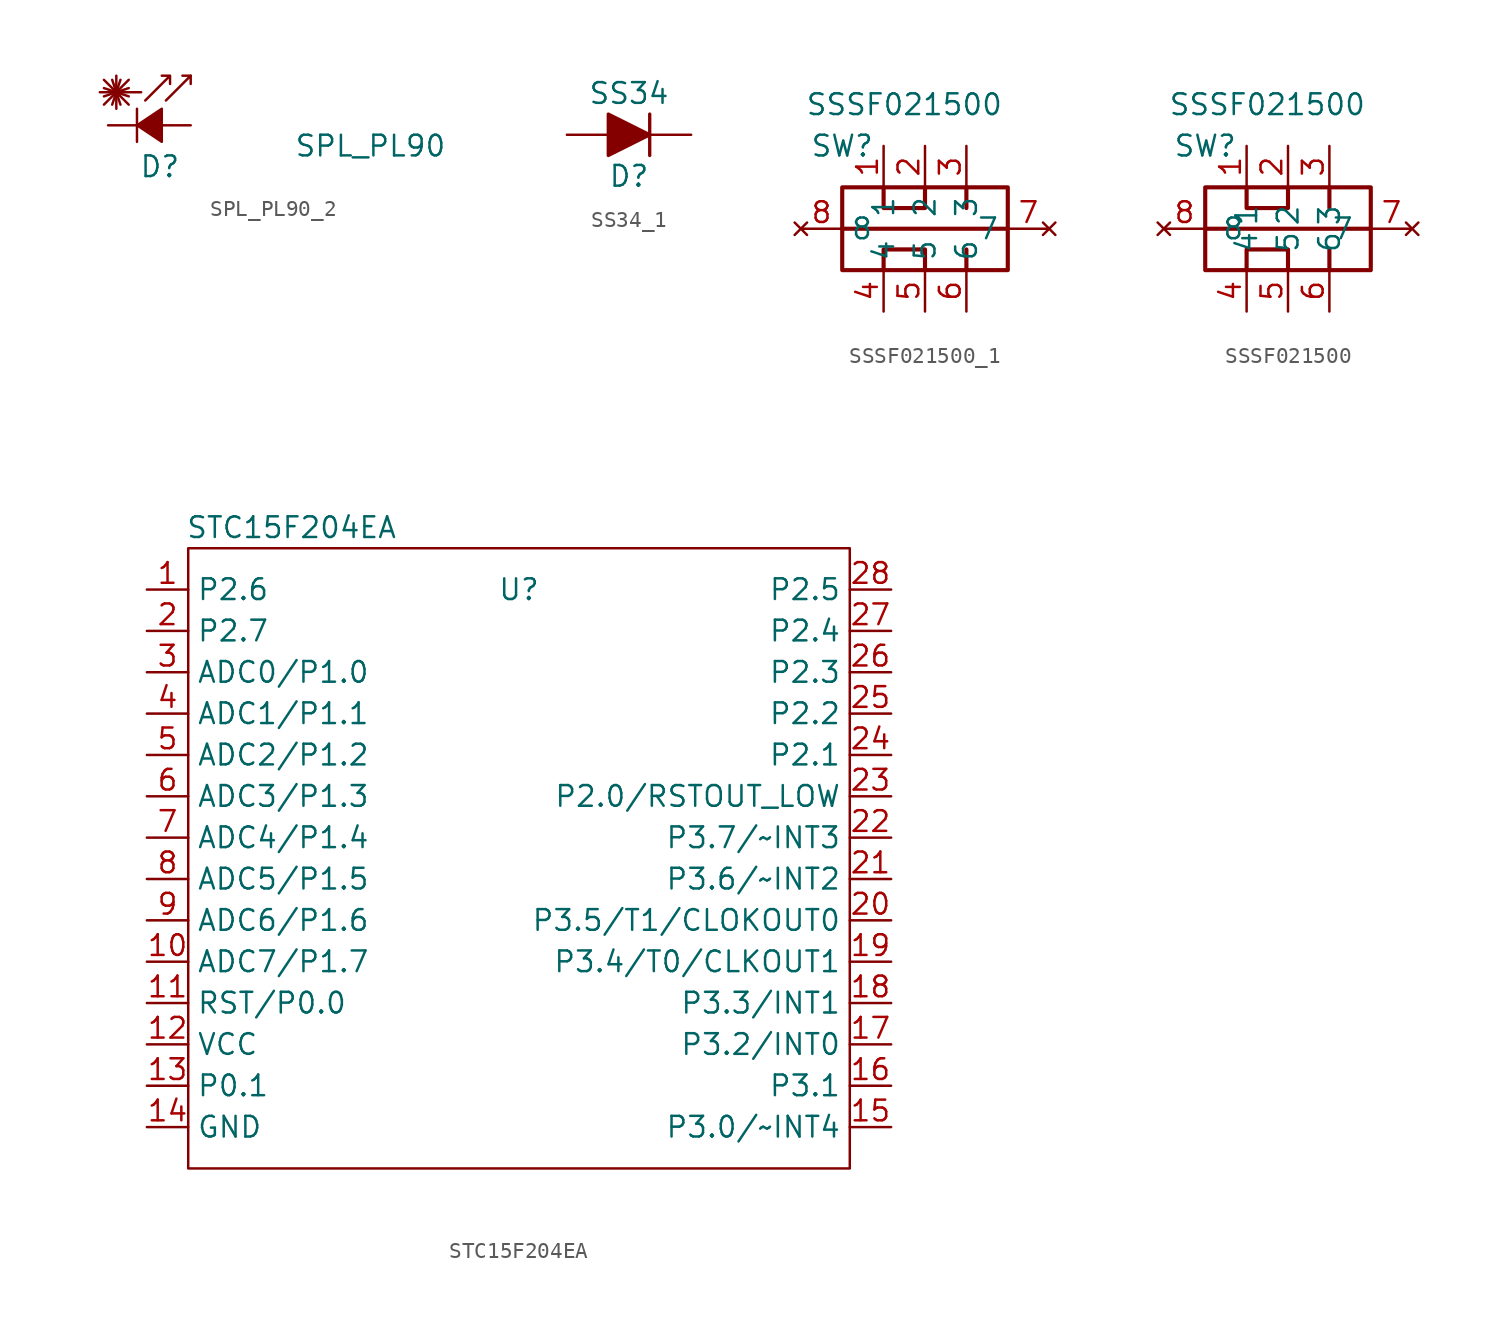
<source format=kicad_sym>
(kicad_symbol_lib
  (version 20231120)
  (generator "kicad_symbol_editor")
  (generator_version "8.0")
  (symbol "SPL_PL90_2"
    (pin_numbers hide)
    (pin_names
      (offset 0.254) hide)
    (property "Reference" "D"
      (at -0.635 -2.54 0)
      (effects (font (size 1.27 1.27)) (justify left)))
    (property "Value" "SPL_PL90"
      (at 8.89 -1.27 0)
      (effects (font (size 1.27 1.27)) (justify left)))
    (symbol "SPL_PL90_2_0_1"
      (polyline (pts (xy -0.762 -1.016) (xy -0.762 1.016)) (stroke (width 0) (type default)) (fill (type none)))
      (polyline (pts (xy -0.762 0) (xy 0.762 0)) (stroke (width 0) (type default)) (fill (type none)))
      (polyline (pts (xy 0.762 -1.016) (xy -0.762 0) (xy 0.762 1.016) (xy 0.762 -1.016)) (stroke (width 0) (type default)) (fill (type outline))))
    (symbol "SPL_PL90_2_1_1"
      (polyline (pts (xy -2.794 1.27) (xy -1.27 2.794)) (stroke (width 0) (type default)) (fill (type none)))
      (polyline (pts (xy -2.794 1.778) (xy -1.27 2.286)) (stroke (width 0) (type default)) (fill (type none)))
      (polyline (pts (xy -2.794 2.286) (xy -1.27 1.778)) (stroke (width 0) (type default)) (fill (type none)))
      (polyline (pts (xy -2.794 2.794) (xy -1.27 1.27)) (stroke (width 0) (type default)) (fill (type none)))
      (polyline (pts (xy -2.286 2.794) (xy -1.778 1.27)) (stroke (width 0) (type default)) (fill (type none)))
      (polyline (pts (xy -2.032 2.032) (xy -2.032 1.016)) (stroke (width 0) (type default)) (fill (type none)))
      (polyline (pts (xy -2.032 2.032) (xy -2.032 3.048)) (stroke (width 0) (type default)) (fill (type none)))
      (polyline (pts (xy -1.778 2.794) (xy -2.286 1.27)) (stroke (width 0) (type default)) (fill (type none)))
      (polyline (pts (xy -0.508 2.032) (xy -3.048 2.032)) (stroke (width 0) (type default)) (fill (type none)))
      (polyline (pts (xy 2.54 3.048) (xy 2.032 3.048)) (stroke (width 0) (type default)) (fill (type none)))
      (polyline (pts (xy 1.016 1.524) (xy 2.54 3.048) (xy 2.54 2.54)) (stroke (width 0) (type default)) (fill (type none)))
      (polyline (pts (xy -0.254 1.524) (xy 1.27 3.048) (xy 1.27 2.54) (xy 1.27 3.048) (xy 0.762 3.048)) (stroke (width 0) (type default)) (fill (type none)))
      (pin passive line (at -2.54 0 0) (length 1.778) (name "K" (effects (font (size 1.27 1.27)))) (number "1" (effects (font (size 1.27 1.27)))))
      (pin passive line (at 2.54 0 180) (length 1.778) (name "A" (effects (font (size 1.27 1.27)))) (number "2" (effects (font (size 1.27 1.27)))))))
  (symbol "SS34_1"
    (pin_numbers hide)
    (pin_names hide)
    (property "Reference" "D"
      (at 0 -2.54 0)
      (effects (font (size 1.27 1.27))))
    (property "Value" "SS34"
      (at 0 2.54 0)
      (effects (font (size 1.27 1.27))))
    (symbol "SS34_1_0_1"
      (polyline (pts (xy -1.27 0) (xy 1.27 0)) (stroke (width 0) (type default)) (fill (type none)))
      (polyline (pts (xy 1.27 -1.27) (xy 1.27 1.27)) (stroke (width 0.203) (type default)) (fill (type none)))
      (polyline (pts (xy -1.27 -1.27) (xy -1.27 1.27) (xy 1.27 0) (xy -1.27 -1.27)) (stroke (width 0.203) (type default)) (fill (type outline))))
    (symbol "SS34_1_1_1"
      (pin passive line (at 3.81 0 180) (length 2.54) (name "K" (effects (font (size 1.27 1.27)))) (number "1" (effects (font (size 1.27 1.27)))))
      (pin passive line (at -3.81 0 0) (length 2.54) (name "A" (effects (font (size 1.27 1.27)))) (number "2" (effects (font (size 1.27 1.27)))))))
  (symbol "SSSF021500_1"
    (property "Reference" "SW"
      (at -5.08 5.08 0)
      (effects (font (size 1.27 1.27))))
    (property "Value" "SSSF021500"
      (at -1.27 7.62 0)
      (effects (font (size 1.27 1.27))))
    (symbol "SSSF021500_1_0_1"
      (rectangle (start -5.08 2.54) (end 5.08 -2.54) (stroke (width 0.254) (type default)) (fill (type none)))
      (polyline (pts (xy -5.08 0) (xy 5.08 0)) (stroke (width 0.254) (type default)) (fill (type none)))
      (polyline (pts (xy 2.54 -2.54) (xy 2.54 -1.27)) (stroke (width 0.254) (type default)) (fill (type none)))
      (polyline (pts (xy 2.54 2.54) (xy 2.54 1.27)) (stroke (width 0.254) (type default)) (fill (type none)))
      (polyline (pts (xy -2.54 -2.54) (xy -2.54 -1.27) (xy 0 -1.27) (xy 0 -2.54)) (stroke (width 0.254) (type default)) (fill (type none)))
      (polyline (pts (xy -2.54 2.54) (xy -2.54 1.27) (xy 0 1.27) (xy 0 2.54)) (stroke (width 0.254) (type default)) (fill (type none))))
    (symbol "SSSF021500_1_1_1"
      (pin input line (at -2.54 5.08 270) (length 2.54) (name "1" (effects (font (size 1.27 1.27)))) (number "1" (effects (font (size 1.27 1.27)))))
      (pin input line (at 0 5.08 270) (length 2.54) (name "2" (effects (font (size 1.27 1.27)))) (number "2" (effects (font (size 1.27 1.27)))))
      (pin input line (at 2.54 5.08 270) (length 2.54) (name "3" (effects (font (size 1.27 1.27)))) (number "3" (effects (font (size 1.27 1.27)))))
      (pin input line (at -2.54 -5.08 90) (length 2.54) (name "4" (effects (font (size 1.27 1.27)))) (number "4" (effects (font (size 1.27 1.27)))))
      (pin input line (at 0 -5.08 90) (length 2.54) (name "5" (effects (font (size 1.27 1.27)))) (number "5" (effects (font (size 1.27 1.27)))))
      (pin input line (at 2.54 -5.08 90) (length 2.54) (name "6" (effects (font (size 1.27 1.27)))) (number "6" (effects (font (size 1.27 1.27)))))
      (pin no_connect line (at 7.62 0 180) (length 2.54) (name "7" (effects (font (size 1.27 1.27)))) (number "7" (effects (font (size 1.27 1.27)))))
      (pin no_connect line (at -7.62 0 0) (length 2.54) (name "8" (effects (font (size 1.27 1.27)))) (number "8" (effects (font (size 1.27 1.27)))))))
  (symbol "SSSF021500"
    (pin_names
      (offset 1.016))
    (property "Reference" "SW"
      (at -5.08 5.08 0)
      (effects (font (size 1.27 1.27))))
    (property "Value" "SSSF021500"
      (at -1.27 7.62 0)
      (effects (font (size 1.27 1.27))))
    (symbol "SSSF021500_0_1"
      (rectangle (start -5.08 2.54) (end 5.08 -2.54) (stroke (width 0.254) (type solid)) (fill (type none)))
      (polyline (pts (xy -5.08 0) (xy 5.08 0)) (stroke (width 0.254) (type solid)) (fill (type none)))
      (polyline (pts (xy 2.54 -2.54) (xy 2.54 -1.27)) (stroke (width 0.254) (type solid)) (fill (type none)))
      (polyline (pts (xy 2.54 2.54) (xy 2.54 1.27)) (stroke (width 0.254) (type solid)) (fill (type none)))
      (polyline (pts (xy -2.54 -2.54) (xy -2.54 -1.27) (xy 0 -1.27) (xy 0 -2.54)) (stroke (width 0.254) (type solid)) (fill (type none)))
      (polyline (pts (xy -2.54 2.54) (xy -2.54 1.27) (xy 0 1.27) (xy 0 2.54)) (stroke (width 0.254) (type solid)) (fill (type none))))
    (symbol "SSSF021500_1_1"
      (pin input line (at -2.54 5.08 270) (length 2.54) (name "1" (effects (font (size 1.27 1.27)))) (number "1" (effects (font (size 1.27 1.27)))))
      (pin input line (at 0 5.08 270) (length 2.54) (name "2" (effects (font (size 1.27 1.27)))) (number "2" (effects (font (size 1.27 1.27)))))
      (pin input line (at 2.54 5.08 270) (length 2.54) (name "3" (effects (font (size 1.27 1.27)))) (number "3" (effects (font (size 1.27 1.27)))))
      (pin input line (at -2.54 -5.08 90) (length 2.54) (name "4" (effects (font (size 1.27 1.27)))) (number "4" (effects (font (size 1.27 1.27)))))
      (pin input line (at 0 -5.08 90) (length 2.54) (name "5" (effects (font (size 1.27 1.27)))) (number "5" (effects (font (size 1.27 1.27)))))
      (pin input line (at 2.54 -5.08 90) (length 2.54) (name "6" (effects (font (size 1.27 1.27)))) (number "6" (effects (font (size 1.27 1.27)))))
      (pin no_connect line (at 7.62 0 180) (length 2.54) (name "7" (effects (font (size 1.27 1.27)))) (number "7" (effects (font (size 1.27 1.27)))))
      (pin no_connect line (at -7.62 0 0) (length 2.54) (name "8" (effects (font (size 1.27 1.27)))) (number "8" (effects (font (size 1.27 1.27)))))))
  (symbol "STC15F204EA"
    (property "Reference" "U"
      (at 0 0 0)
      (effects (font (size 1.27 1.27))))
    (property "Value" "STC15F204EA"
      (at -13.97 3.81 0)
      (effects (font (size 1.27 1.27))))
    (symbol "STC15F204EA_0_1"
      (rectangle (start -20.32 2.54) (end 20.32 -35.56) (stroke (width 0.152) (type default)) (fill (type none))))
    (symbol "STC15F204EA_1_1"
      (pin bidirectional line (at -22.86 0 0) (length 2.54) (name "P2.6" (effects (font (size 1.27 1.27)))) (number "1" (effects (font (size 1.27 1.27)))))
      (pin bidirectional line (at -22.86 -22.86 0) (length 2.54) (name "ADC7/P1.7" (effects (font (size 1.27 1.27)))) (number "10" (effects (font (size 1.27 1.27)))))
      (pin bidirectional line (at -22.86 -25.4 0) (length 2.54) (name "RST/P0.0" (effects (font (size 1.27 1.27)))) (number "11" (effects (font (size 1.27 1.27)))))
      (pin power_in line (at -22.86 -27.94 0) (length 2.54) (name "VCC" (effects (font (size 1.27 1.27)))) (number "12" (effects (font (size 1.27 1.27)))))
      (pin bidirectional line (at -22.86 -30.48 0) (length 2.54) (name "P0.1" (effects (font (size 1.27 1.27)))) (number "13" (effects (font (size 1.27 1.27)))))
      (pin power_in line (at -22.86 -33.02 0) (length 2.54) (name "GND" (effects (font (size 1.27 1.27)))) (number "14" (effects (font (size 1.27 1.27)))))
      (pin bidirectional line (at 22.86 -33.02 180) (length 2.54) (name "P3.0/~INT4" (effects (font (size 1.27 1.27)))) (number "15" (effects (font (size 1.27 1.27)))))
      (pin bidirectional line (at 22.86 -30.48 180) (length 2.54) (name "P3.1" (effects (font (size 1.27 1.27)))) (number "16" (effects (font (size 1.27 1.27)))))
      (pin bidirectional line (at 22.86 -27.94 180) (length 2.54) (name "P3.2/INT0" (effects (font (size 1.27 1.27)))) (number "17" (effects (font (size 1.27 1.27)))))
      (pin bidirectional line (at 22.86 -25.4 180) (length 2.54) (name "P3.3/INT1" (effects (font (size 1.27 1.27)))) (number "18" (effects (font (size 1.27 1.27)))))
      (pin bidirectional line (at 22.86 -22.86 180) (length 2.54) (name "P3.4/T0/CLKOUT1" (effects (font (size 1.27 1.27)))) (number "19" (effects (font (size 1.27 1.27)))))
      (pin bidirectional line (at -22.86 -2.54 0) (length 2.54) (name "P2.7" (effects (font (size 1.27 1.27)))) (number "2" (effects (font (size 1.27 1.27)))))
      (pin bidirectional line (at 22.86 -20.32 180) (length 2.54) (name "P3.5/T1/CLOKOUT0" (effects (font (size 1.27 1.27)))) (number "20" (effects (font (size 1.27 1.27)))))
      (pin bidirectional line (at 22.86 -17.78 180) (length 2.54) (name "P3.6/~INT2" (effects (font (size 1.27 1.27)))) (number "21" (effects (font (size 1.27 1.27)))))
      (pin bidirectional line (at 22.86 -15.24 180) (length 2.54) (name "P3.7/~INT3" (effects (font (size 1.27 1.27)))) (number "22" (effects (font (size 1.27 1.27)))))
      (pin bidirectional line (at 22.86 -12.7 180) (length 2.54) (name "P2.0/RSTOUT_LOW" (effects (font (size 1.27 1.27)))) (number "23" (effects (font (size 1.27 1.27)))))
      (pin bidirectional line (at 22.86 -10.16 180) (length 2.54) (name "P2.1" (effects (font (size 1.27 1.27)))) (number "24" (effects (font (size 1.27 1.27)))))
      (pin bidirectional line (at 22.86 -7.62 180) (length 2.54) (name "P2.2" (effects (font (size 1.27 1.27)))) (number "25" (effects (font (size 1.27 1.27)))))
      (pin bidirectional line (at 22.86 -5.08 180) (length 2.54) (name "P2.3" (effects (font (size 1.27 1.27)))) (number "26" (effects (font (size 1.27 1.27)))))
      (pin bidirectional line (at 22.86 -2.54 180) (length 2.54) (name "P2.4" (effects (font (size 1.27 1.27)))) (number "27" (effects (font (size 1.27 1.27)))))
      (pin bidirectional line (at 22.86 0 180) (length 2.54) (name "P2.5" (effects (font (size 1.27 1.27)))) (number "28" (effects (font (size 1.27 1.27)))))
      (pin bidirectional line (at -22.86 -5.08 0) (length 2.54) (name "ADC0/P1.0" (effects (font (size 1.27 1.27)))) (number "3" (effects (font (size 1.27 1.27)))))
      (pin bidirectional line (at -22.86 -7.62 0) (length 2.54) (name "ADC1/P1.1" (effects (font (size 1.27 1.27)))) (number "4" (effects (font (size 1.27 1.27)))))
      (pin bidirectional line (at -22.86 -10.16 0) (length 2.54) (name "ADC2/P1.2" (effects (font (size 1.27 1.27)))) (number "5" (effects (font (size 1.27 1.27)))))
      (pin bidirectional line (at -22.86 -12.7 0) (length 2.54) (name "ADC3/P1.3" (effects (font (size 1.27 1.27)))) (number "6" (effects (font (size 1.27 1.27)))))
      (pin bidirectional line (at -22.86 -15.24 0) (length 2.54) (name "ADC4/P1.4" (effects (font (size 1.27 1.27)))) (number "7" (effects (font (size 1.27 1.27)))))
      (pin bidirectional line (at -22.86 -17.78 0) (length 2.54) (name "ADC5/P1.5" (effects (font (size 1.27 1.27)))) (number "8" (effects (font (size 1.27 1.27)))))
      (pin bidirectional line (at -22.86 -20.32 0) (length 2.54) (name "ADC6/P1.6" (effects (font (size 1.27 1.27)))) (number "9" (effects (font (size 1.27 1.27))))))))
</source>
